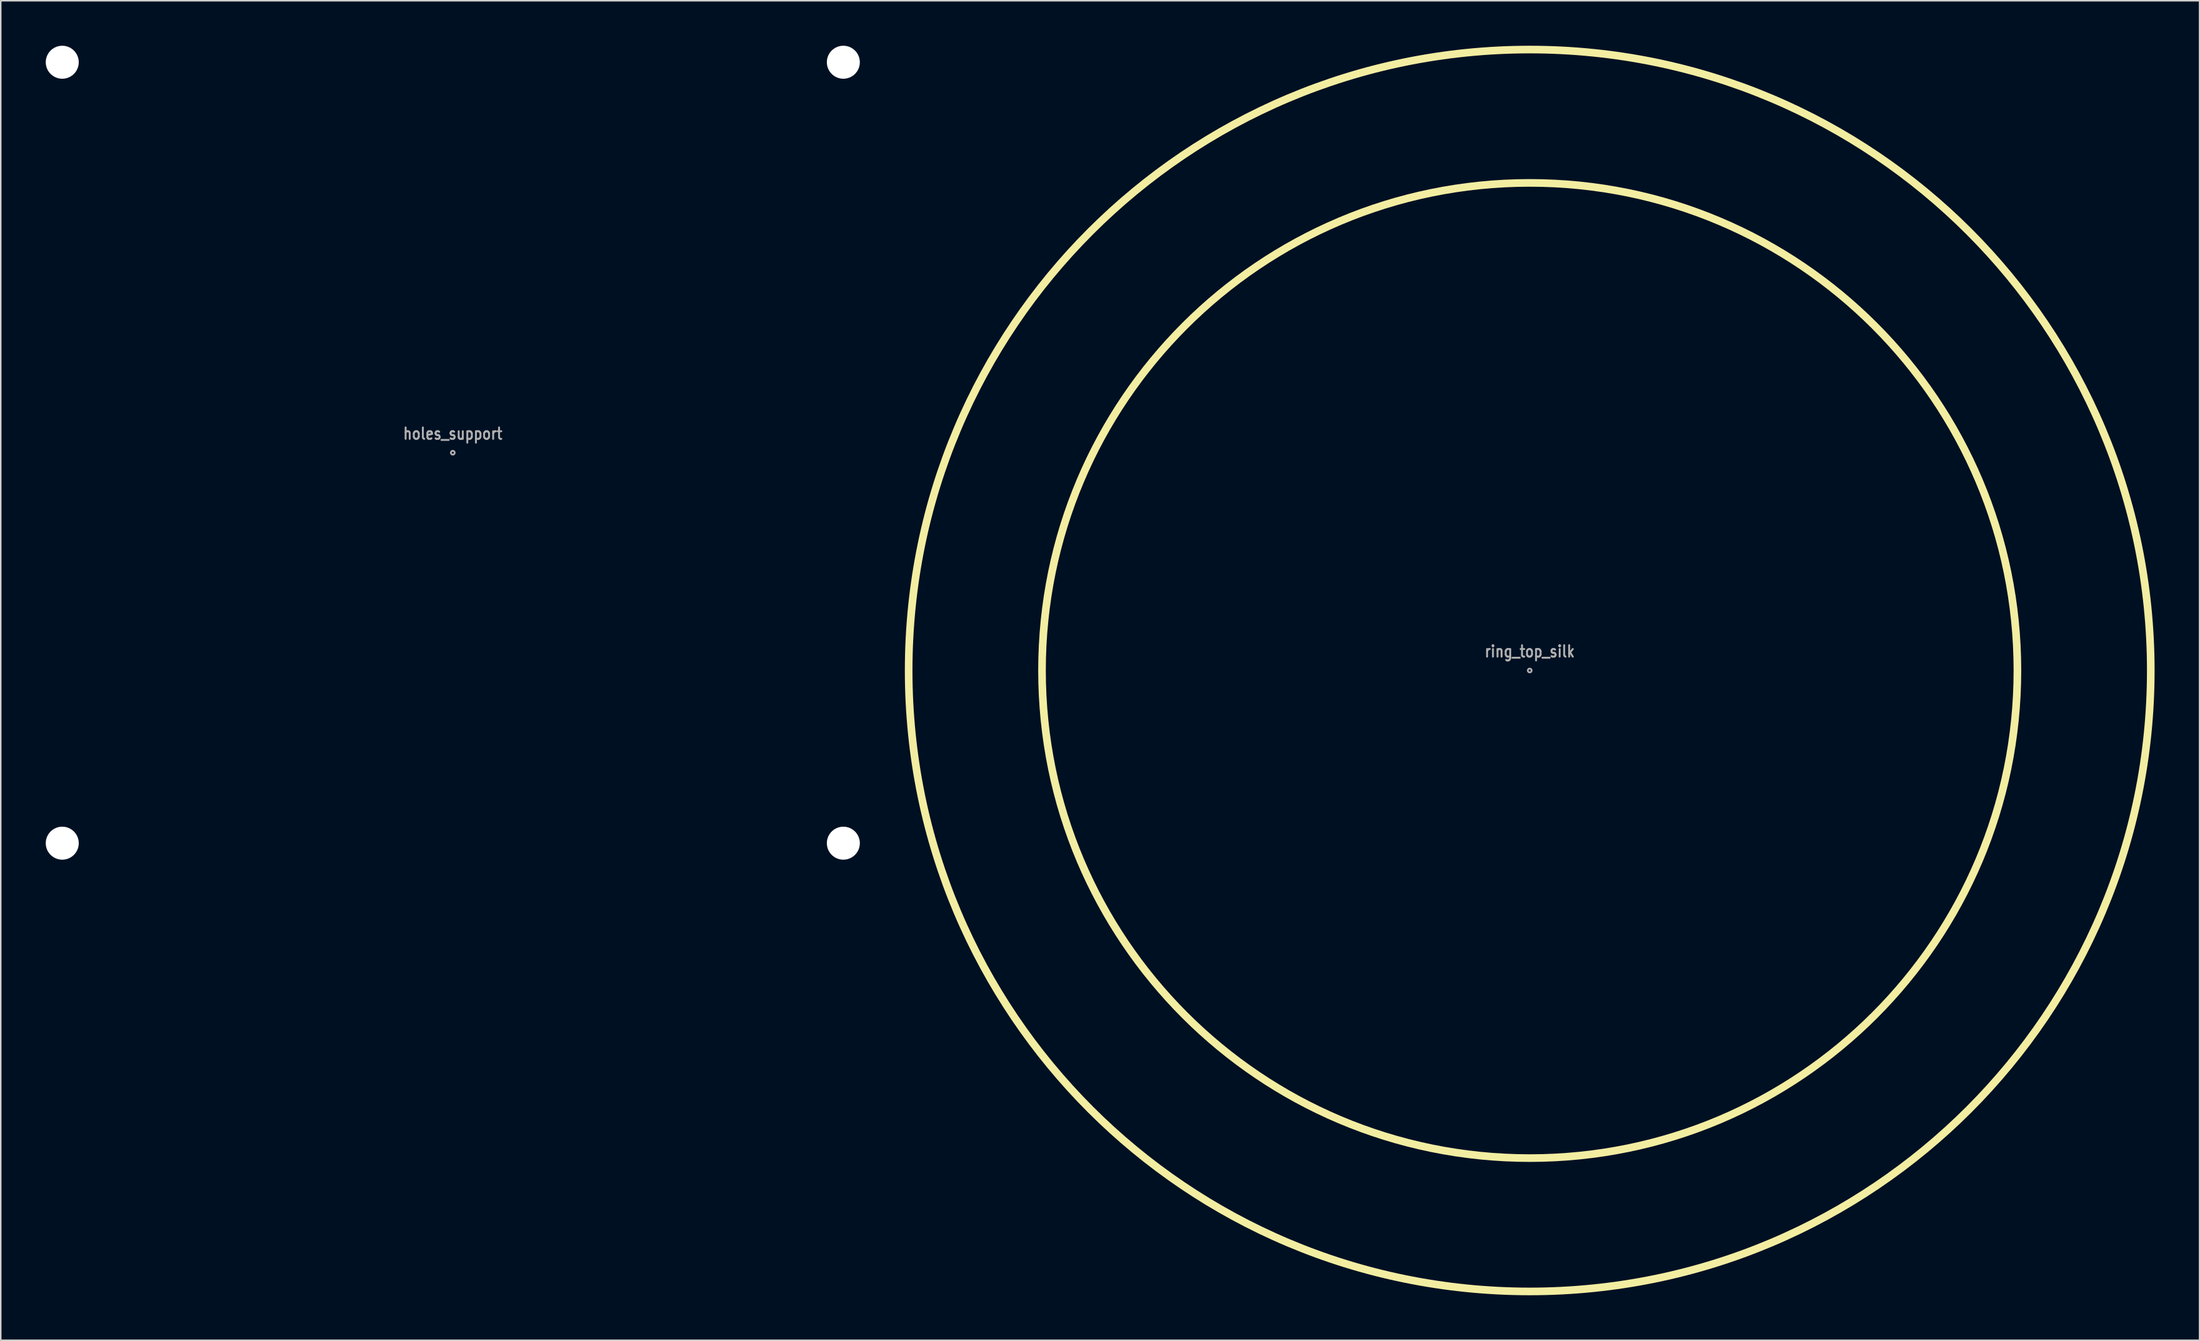
<source format=kicad_pcb>
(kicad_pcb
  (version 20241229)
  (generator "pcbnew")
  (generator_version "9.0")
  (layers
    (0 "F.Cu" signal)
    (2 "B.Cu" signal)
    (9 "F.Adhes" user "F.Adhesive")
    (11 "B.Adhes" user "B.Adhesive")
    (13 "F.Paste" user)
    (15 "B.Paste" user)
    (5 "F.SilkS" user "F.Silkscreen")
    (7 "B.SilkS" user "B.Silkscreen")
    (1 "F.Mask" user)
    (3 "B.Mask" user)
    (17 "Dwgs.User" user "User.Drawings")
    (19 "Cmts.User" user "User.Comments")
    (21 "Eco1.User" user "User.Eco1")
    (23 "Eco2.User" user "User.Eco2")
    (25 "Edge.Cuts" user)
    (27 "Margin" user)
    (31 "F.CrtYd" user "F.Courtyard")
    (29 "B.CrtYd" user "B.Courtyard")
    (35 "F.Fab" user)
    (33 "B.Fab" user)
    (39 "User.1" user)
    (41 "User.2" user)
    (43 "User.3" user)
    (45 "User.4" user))
  (footprint "ring_top_silk"
    (layer "F.Cu")
    (at 98.926 41.656)
    (property "Reference" "ring_top_silk" (at 0 -1.27 0) (layer "F.Fab") (effects (font (size 0.762 0.635) (thickness 0.127))))
    (attr through_hole)
    (fp_circle (center 0 0) (end 32.512 0) (stroke (width 0.508) (type solid)) (fill no) (layer "F.SilkS"))
    (fp_circle (center 0 0) (end 41.402 0) (stroke (width 0.508) (type solid)) (fill no) (layer "F.SilkS"))
    (fp_circle (center 0 0) (end 0.127 0) (stroke (width 0.12) (type solid)) (fill no) (layer "F.Fab")))
  (footprint "holes_support"
    (layer "F.Cu")
    (at 27.135 27.135)
    (property "Reference" "holes_support" (at 0 -1.27 0) (layer "F.Fab") (effects (font (size 0.762 0.635) (thickness 0.127))))
    (attr exclude_from_pos_files exclude_from_bom)
    (fp_circle (center 0 0) (end 0.127 0) (stroke (width 0.12) (type solid)) (fill no) (layer "F.Fab"))
    (pad "" np_thru_hole circle (at -26.035 -26.035) (size 2.2 2.2) (drill 2.2) (layers "*.Cu" "*.Mask"))
    (pad "" np_thru_hole circle (at -26.035 26.035) (size 2.2 2.2) (drill 2.2) (layers "*.Cu" "*.Mask"))
    (pad "" np_thru_hole circle (at 26.035 -26.035) (size 2.2 2.2) (drill 2.2) (layers "*.Cu" "*.Mask"))
    (pad "" np_thru_hole circle (at 26.035 26.035) (size 2.2 2.2) (drill 2.2) (layers "*.Cu" "*.Mask")))
  (gr_rect
    (start -3 -3)
    (end 143.582 86.312)
    (stroke (width 0.1) (type default))
    (fill no)
    (layer "Edge.Cuts")))
</source>
